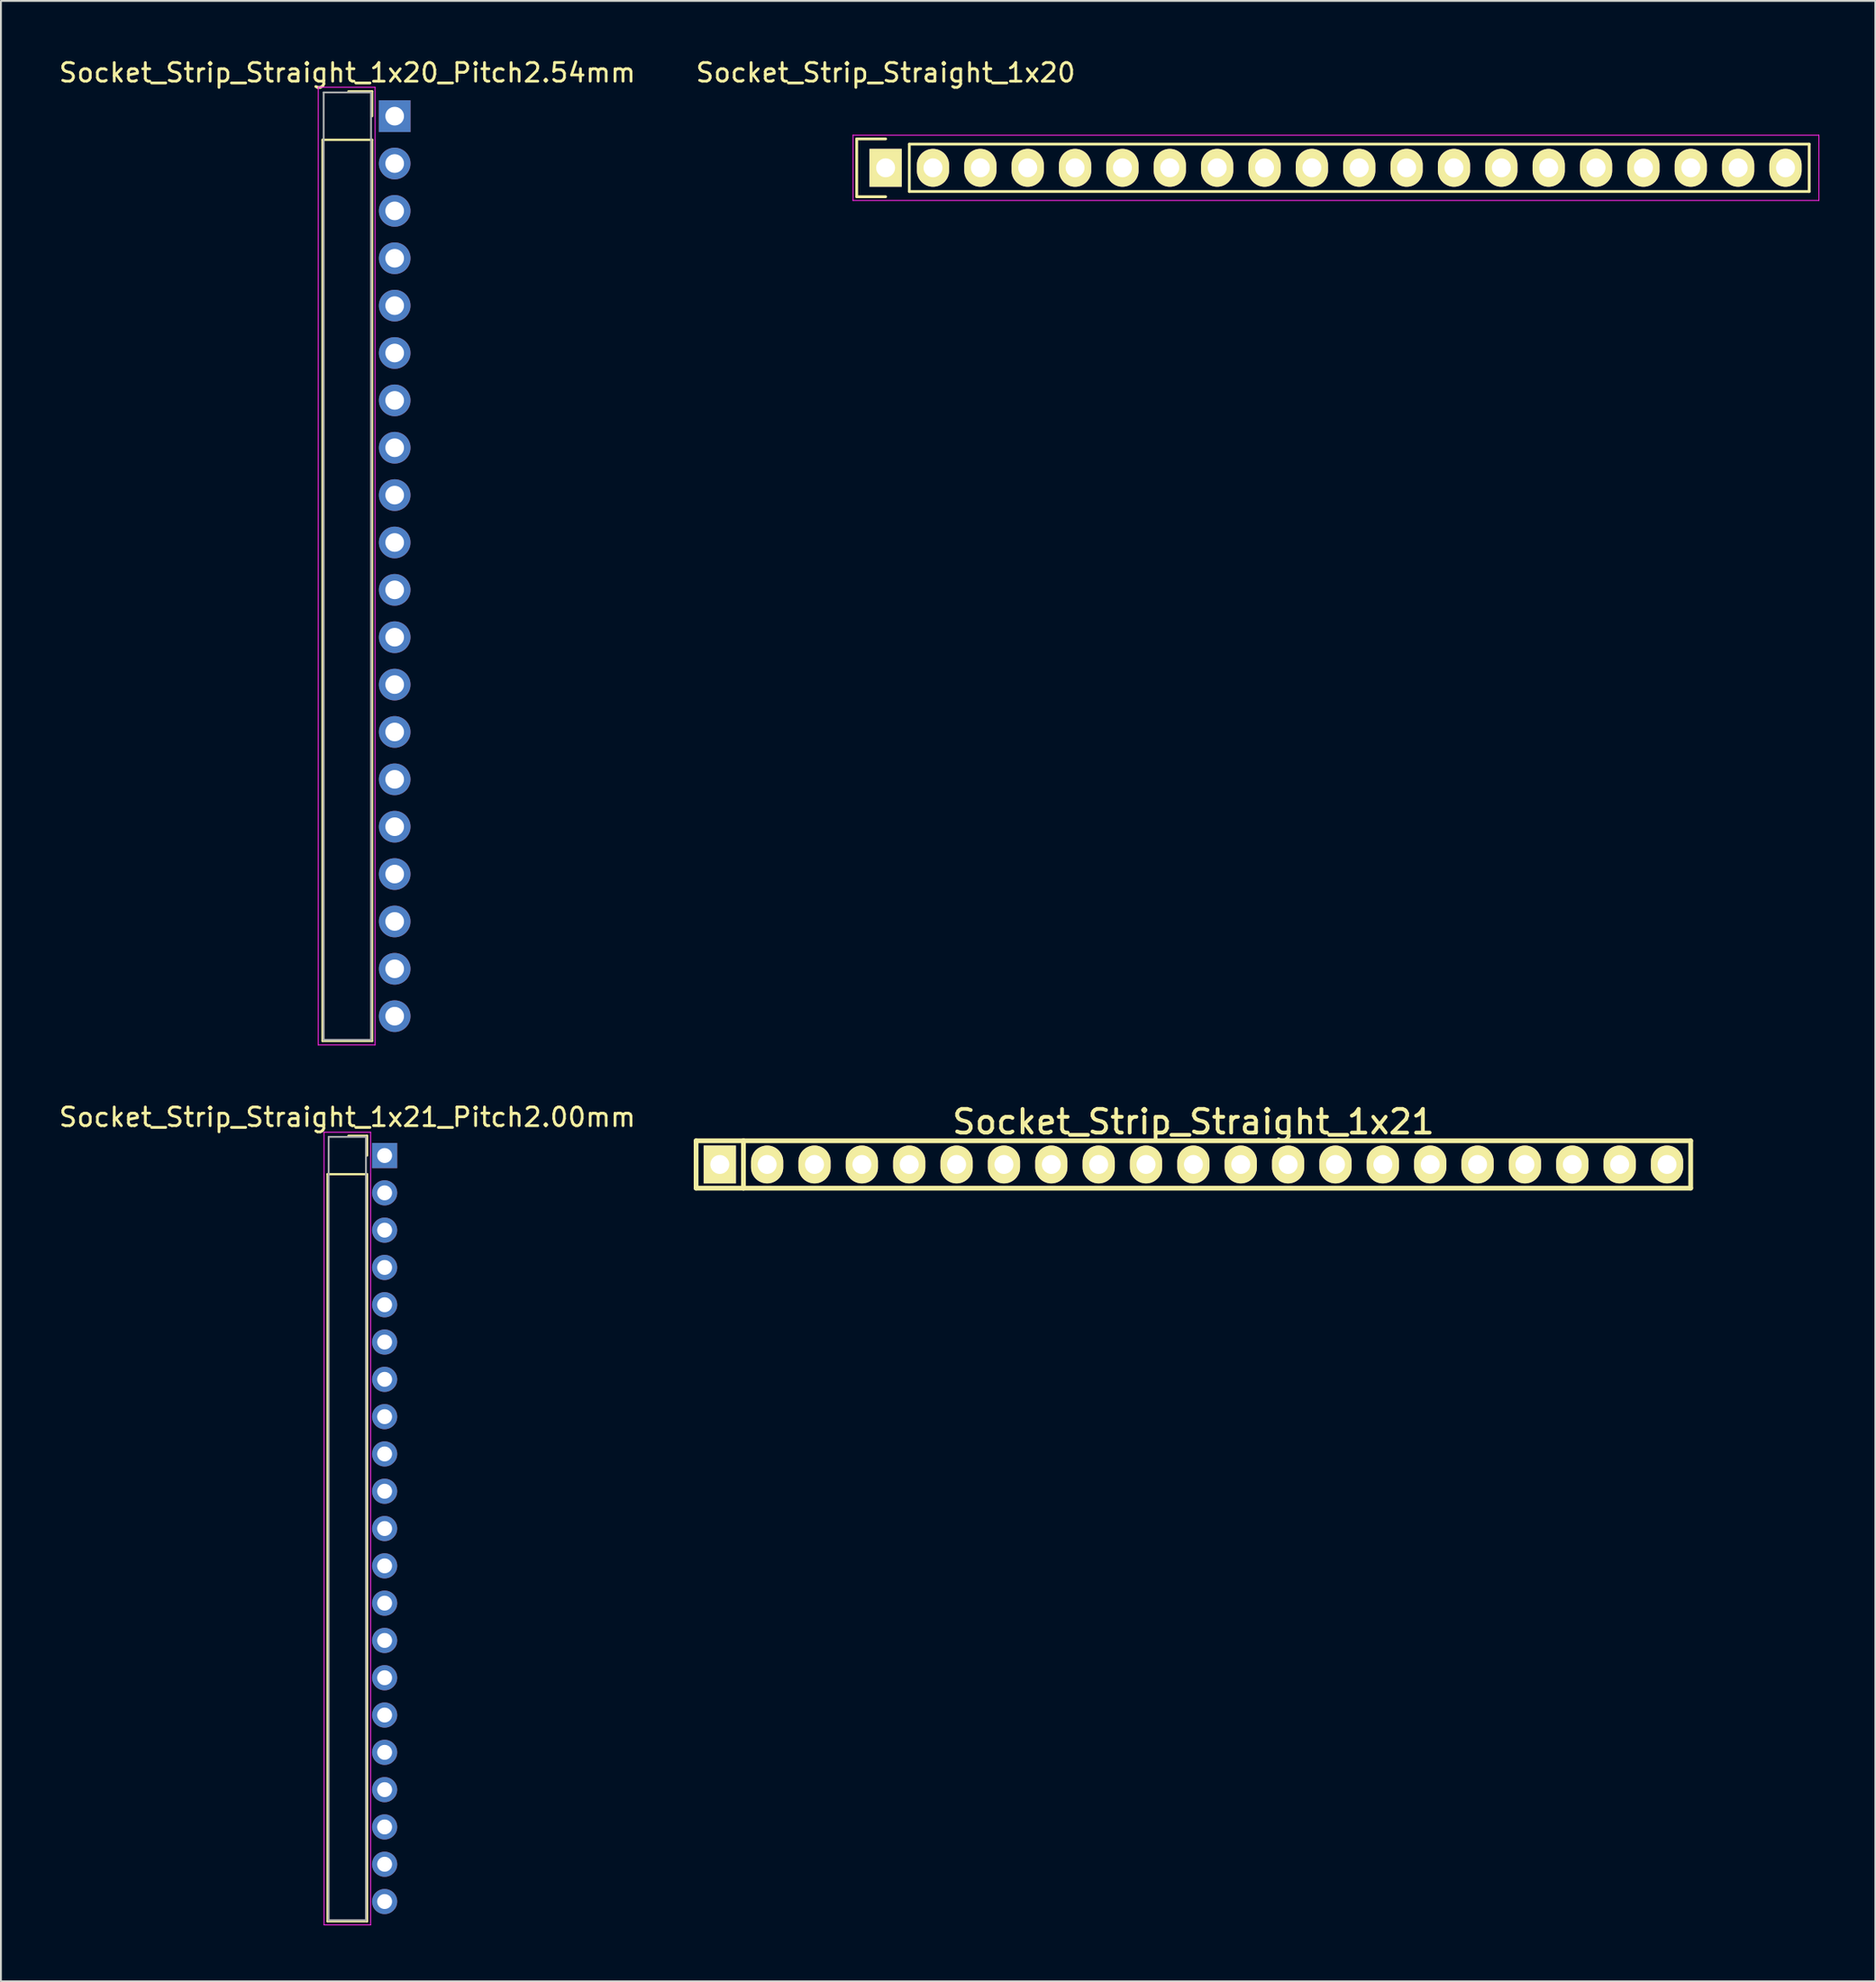
<source format=kicad_pcb>
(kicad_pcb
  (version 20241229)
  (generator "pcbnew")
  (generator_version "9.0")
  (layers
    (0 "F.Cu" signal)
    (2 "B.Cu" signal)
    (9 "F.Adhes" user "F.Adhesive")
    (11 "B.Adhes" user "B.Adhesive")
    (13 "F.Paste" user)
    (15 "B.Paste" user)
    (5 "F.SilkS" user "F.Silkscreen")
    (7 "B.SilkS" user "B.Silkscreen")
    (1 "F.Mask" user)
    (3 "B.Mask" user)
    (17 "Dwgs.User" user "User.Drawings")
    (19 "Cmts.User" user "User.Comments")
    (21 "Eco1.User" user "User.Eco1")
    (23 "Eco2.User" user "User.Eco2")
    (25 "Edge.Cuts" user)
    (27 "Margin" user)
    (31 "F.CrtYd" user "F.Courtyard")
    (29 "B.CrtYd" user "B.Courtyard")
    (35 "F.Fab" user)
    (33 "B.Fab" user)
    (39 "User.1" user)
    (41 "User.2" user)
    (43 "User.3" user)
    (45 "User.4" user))
  (footprint "Socket_Strip_Straight_1x20_Pitch2.54mm"
    (layer "F.Cu")
    (at 18.117 3.178)
    (property "Reference" "Socket_Strip_Straight_1x20_Pitch2.54mm" (at -2.54 -2.33 0) (layer "F.SilkS") (effects (font (size 1 1) (thickness 0.15))))
    (attr through_hole)
    (fp_line (start -3.87 1.27) (end -3.87 49.59) (stroke (width 0.12) (type solid)) (layer "F.SilkS"))
    (fp_line (start -3.87 49.59) (end -1.21 49.59) (stroke (width 0.12) (type solid)) (layer "F.SilkS"))
    (fp_line (start -1.21 -1.33) (end -2.48 -1.33) (stroke (width 0.12) (type solid)) (layer "F.SilkS"))
    (fp_line (start -1.21 0) (end -1.21 -1.33) (stroke (width 0.12) (type solid)) (layer "F.SilkS"))
    (fp_line (start -1.21 1.27) (end -3.87 1.27) (stroke (width 0.12) (type solid)) (layer "F.SilkS"))
    (fp_line (start -1.21 49.59) (end -1.21 1.27) (stroke (width 0.12) (type solid)) (layer "F.SilkS"))
    (fp_line (start -4.1 -1.55) (end -4.1 49.8) (stroke (width 0.05) (type solid)) (layer "F.CrtYd"))
    (fp_line (start -4.1 49.8) (end -1.05 49.8) (stroke (width 0.05) (type solid)) (layer "F.CrtYd"))
    (fp_line (start -1.05 -1.55) (end -4.1 -1.55) (stroke (width 0.05) (type solid)) (layer "F.CrtYd"))
    (fp_line (start -1.05 49.8) (end -1.05 -1.55) (stroke (width 0.05) (type solid)) (layer "F.CrtYd"))
    (fp_line (start -3.81 -1.27) (end -3.81 49.53) (stroke (width 0.1) (type solid)) (layer "F.Fab"))
    (fp_line (start -3.81 49.53) (end -1.27 49.53) (stroke (width 0.1) (type solid)) (layer "F.Fab"))
    (fp_line (start -1.27 -1.27) (end -3.81 -1.27) (stroke (width 0.1) (type solid)) (layer "F.Fab"))
    (fp_line (start -1.27 49.53) (end -1.27 -1.27) (stroke (width 0.1) (type solid)) (layer "F.Fab"))
    (pad "1" thru_hole rect (at 0 0) (size 1.7 1.7) (drill 1) (layers "*.Cu" "*.Mask"))
    (pad "2" thru_hole oval (at 0 2.54) (size 1.7 1.7) (drill 1) (layers "*.Cu" "*.Mask"))
    (pad "3" thru_hole oval (at 0 5.08) (size 1.7 1.7) (drill 1) (layers "*.Cu" "*.Mask"))
    (pad "4" thru_hole oval (at 0 7.62) (size 1.7 1.7) (drill 1) (layers "*.Cu" "*.Mask"))
    (pad "5" thru_hole oval (at 0 10.16) (size 1.7 1.7) (drill 1) (layers "*.Cu" "*.Mask"))
    (pad "6" thru_hole oval (at 0 12.7) (size 1.7 1.7) (drill 1) (layers "*.Cu" "*.Mask"))
    (pad "7" thru_hole oval (at 0 15.24) (size 1.7 1.7) (drill 1) (layers "*.Cu" "*.Mask"))
    (pad "8" thru_hole oval (at 0 17.78) (size 1.7 1.7) (drill 1) (layers "*.Cu" "*.Mask"))
    (pad "9" thru_hole oval (at 0 20.32) (size 1.7 1.7) (drill 1) (layers "*.Cu" "*.Mask"))
    (pad "10" thru_hole oval (at 0 22.86) (size 1.7 1.7) (drill 1) (layers "*.Cu" "*.Mask"))
    (pad "11" thru_hole oval (at 0 25.4) (size 1.7 1.7) (drill 1) (layers "*.Cu" "*.Mask"))
    (pad "12" thru_hole oval (at 0 27.94) (size 1.7 1.7) (drill 1) (layers "*.Cu" "*.Mask"))
    (pad "13" thru_hole oval (at 0 30.48) (size 1.7 1.7) (drill 1) (layers "*.Cu" "*.Mask"))
    (pad "14" thru_hole oval (at 0 33.02) (size 1.7 1.7) (drill 1) (layers "*.Cu" "*.Mask"))
    (pad "15" thru_hole oval (at 0 35.56) (size 1.7 1.7) (drill 1) (layers "*.Cu" "*.Mask"))
    (pad "16" thru_hole oval (at 0 38.1) (size 1.7 1.7) (drill 1) (layers "*.Cu" "*.Mask"))
    (pad "17" thru_hole oval (at 0 40.64) (size 1.7 1.7) (drill 1) (layers "*.Cu" "*.Mask"))
    (pad "18" thru_hole oval (at 0 43.18) (size 1.7 1.7) (drill 1) (layers "*.Cu" "*.Mask"))
    (pad "19" thru_hole oval (at 0 45.72) (size 1.7 1.7) (drill 1) (layers "*.Cu" "*.Mask"))
    (pad "20" thru_hole oval (at 0 48.26) (size 1.7 1.7) (drill 1) (layers "*.Cu" "*.Mask")))
  (footprint "Socket_Strip_Straight_1x20"
    (layer "F.Cu")
    (at 44.446 5.948)
    (property "Reference" "Socket_Strip_Straight_1x20" (at 0 -5.1 0) (layer "F.SilkS") (effects (font (size 1 1) (thickness 0.15))))
    (attr through_hole)
    (fp_line (start -1.55 -1.55) (end -1.55 1.55) (stroke (width 0.15) (type solid)) (layer "F.SilkS"))
    (fp_line (start -1.55 1.55) (end 0 1.55) (stroke (width 0.15) (type solid)) (layer "F.SilkS"))
    (fp_line (start 0 -1.55) (end -1.55 -1.55) (stroke (width 0.15) (type solid)) (layer "F.SilkS"))
    (fp_line (start 1.27 1.27) (end 1.27 -1.27) (stroke (width 0.15) (type solid)) (layer "F.SilkS"))
    (fp_line (start 1.27 1.27) (end 49.53 1.27) (stroke (width 0.15) (type solid)) (layer "F.SilkS"))
    (fp_line (start 49.53 -1.27) (end 1.27 -1.27) (stroke (width 0.15) (type solid)) (layer "F.SilkS"))
    (fp_line (start 49.53 1.27) (end 49.53 -1.27) (stroke (width 0.15) (type solid)) (layer "F.SilkS"))
    (fp_line (start -1.75 -1.75) (end -1.75 1.75) (stroke (width 0.05) (type solid)) (layer "F.CrtYd"))
    (fp_line (start -1.75 -1.75) (end 50.05 -1.75) (stroke (width 0.05) (type solid)) (layer "F.CrtYd"))
    (fp_line (start -1.75 1.75) (end 50.05 1.75) (stroke (width 0.05) (type solid)) (layer "F.CrtYd"))
    (fp_line (start 50.05 -1.75) (end 50.05 1.75) (stroke (width 0.05) (type solid)) (layer "F.CrtYd"))
    (pad "1" thru_hole rect (at 0 0) (size 1.727 2.032) (drill 1.016) (layers "*.Cu" "*.Mask" "F.SilkS"))
    (pad "2" thru_hole oval (at 2.54 0) (size 1.727 2.032) (drill 1.016) (layers "*.Cu" "*.Mask" "F.SilkS"))
    (pad "3" thru_hole oval (at 5.08 0) (size 1.727 2.032) (drill 1.016) (layers "*.Cu" "*.Mask" "F.SilkS"))
    (pad "4" thru_hole oval (at 7.62 0) (size 1.727 2.032) (drill 1.016) (layers "*.Cu" "*.Mask" "F.SilkS"))
    (pad "5" thru_hole oval (at 10.16 0) (size 1.727 2.032) (drill 1.016) (layers "*.Cu" "*.Mask" "F.SilkS"))
    (pad "6" thru_hole oval (at 12.7 0) (size 1.727 2.032) (drill 1.016) (layers "*.Cu" "*.Mask" "F.SilkS"))
    (pad "7" thru_hole oval (at 15.24 0) (size 1.727 2.032) (drill 1.016) (layers "*.Cu" "*.Mask" "F.SilkS"))
    (pad "8" thru_hole oval (at 17.78 0) (size 1.727 2.032) (drill 1.016) (layers "*.Cu" "*.Mask" "F.SilkS"))
    (pad "9" thru_hole oval (at 20.32 0) (size 1.727 2.032) (drill 1.016) (layers "*.Cu" "*.Mask" "F.SilkS"))
    (pad "10" thru_hole oval (at 22.86 0) (size 1.727 2.032) (drill 1.016) (layers "*.Cu" "*.Mask" "F.SilkS"))
    (pad "11" thru_hole oval (at 25.4 0) (size 1.727 2.032) (drill 1.016) (layers "*.Cu" "*.Mask" "F.SilkS"))
    (pad "12" thru_hole oval (at 27.94 0) (size 1.727 2.032) (drill 1.016) (layers "*.Cu" "*.Mask" "F.SilkS"))
    (pad "13" thru_hole oval (at 30.48 0) (size 1.727 2.032) (drill 1.016) (layers "*.Cu" "*.Mask" "F.SilkS"))
    (pad "14" thru_hole oval (at 33.02 0) (size 1.727 2.032) (drill 1.016) (layers "*.Cu" "*.Mask" "F.SilkS"))
    (pad "15" thru_hole oval (at 35.56 0) (size 1.727 2.032) (drill 1.016) (layers "*.Cu" "*.Mask" "F.SilkS"))
    (pad "16" thru_hole oval (at 38.1 0) (size 1.727 2.032) (drill 1.016) (layers "*.Cu" "*.Mask" "F.SilkS"))
    (pad "17" thru_hole oval (at 40.64 0) (size 1.727 2.032) (drill 1.016) (layers "*.Cu" "*.Mask" "F.SilkS"))
    (pad "18" thru_hole oval (at 43.18 0) (size 1.727 2.032) (drill 1.016) (layers "*.Cu" "*.Mask" "F.SilkS"))
    (pad "19" thru_hole oval (at 45.72 0) (size 1.727 2.032) (drill 1.016) (layers "*.Cu" "*.Mask" "F.SilkS"))
    (pad "20" thru_hole oval (at 48.26 0) (size 1.727 2.032) (drill 1.016) (layers "*.Cu" "*.Mask" "F.SilkS")))
  (footprint "Socket_Strip_Straight_1x21"
    (layer "F.Cu")
    (at 60.952 59.389)
    (property "Reference" "Socket_Strip_Straight_1x21" (at 0 -2.286 0) (layer "F.SilkS") (effects (font (size 1.27 1.27) (thickness 0.203))))
    (attr through_hole)
    (fp_line (start -26.67 -1.27) (end -26.67 1.27) (stroke (width 0.254) (type solid)) (layer "F.SilkS"))
    (fp_line (start -26.67 -1.27) (end -24.13 -1.27) (stroke (width 0.254) (type solid)) (layer "F.SilkS"))
    (fp_line (start -26.67 1.27) (end -24.13 1.27) (stroke (width 0.254) (type solid)) (layer "F.SilkS"))
    (fp_line (start -24.13 -1.27) (end -24.13 1.27) (stroke (width 0.254) (type solid)) (layer "F.SilkS"))
    (fp_line (start -24.13 -1.27) (end 26.67 -1.27) (stroke (width 0.254) (type solid)) (layer "F.SilkS"))
    (fp_line (start 26.67 -1.27) (end 26.67 1.27) (stroke (width 0.254) (type solid)) (layer "F.SilkS"))
    (fp_line (start 26.67 1.27) (end -24.13 1.27) (stroke (width 0.254) (type solid)) (layer "F.SilkS"))
    (pad "1" thru_hole rect (at -25.4 0) (size 1.727 2.032) (drill 1.016) (layers "*.Cu" "*.Mask" "F.SilkS"))
    (pad "2" thru_hole oval (at -22.86 0) (size 1.727 2.032) (drill 1.016) (layers "*.Cu" "*.Mask" "F.SilkS"))
    (pad "3" thru_hole oval (at -20.32 0) (size 1.727 2.032) (drill 1.016) (layers "*.Cu" "*.Mask" "F.SilkS"))
    (pad "4" thru_hole oval (at -17.78 0) (size 1.727 2.032) (drill 1.016) (layers "*.Cu" "*.Mask" "F.SilkS"))
    (pad "5" thru_hole oval (at -15.24 0) (size 1.727 2.032) (drill 1.016) (layers "*.Cu" "*.Mask" "F.SilkS"))
    (pad "6" thru_hole oval (at -12.7 0) (size 1.727 2.032) (drill 1.016) (layers "*.Cu" "*.Mask" "F.SilkS"))
    (pad "7" thru_hole oval (at -10.16 0) (size 1.727 2.032) (drill 1.016) (layers "*.Cu" "*.Mask" "F.SilkS"))
    (pad "8" thru_hole oval (at -7.62 0) (size 1.727 2.032) (drill 1.016) (layers "*.Cu" "*.Mask" "F.SilkS"))
    (pad "9" thru_hole oval (at -5.08 0) (size 1.727 2.032) (drill 1.016) (layers "*.Cu" "*.Mask" "F.SilkS"))
    (pad "10" thru_hole oval (at -2.54 0) (size 1.727 2.032) (drill 1.016) (layers "*.Cu" "*.Mask" "F.SilkS"))
    (pad "11" thru_hole oval (at 0 0) (size 1.727 2.032) (drill 1.016) (layers "*.Cu" "*.Mask" "F.SilkS"))
    (pad "12" thru_hole oval (at 2.54 0) (size 1.727 2.032) (drill 1.016) (layers "*.Cu" "*.Mask" "F.SilkS"))
    (pad "13" thru_hole oval (at 5.08 0) (size 1.727 2.032) (drill 1.016) (layers "*.Cu" "*.Mask" "F.SilkS"))
    (pad "14" thru_hole oval (at 7.62 0) (size 1.727 2.032) (drill 1.016) (layers "*.Cu" "*.Mask" "F.SilkS"))
    (pad "15" thru_hole oval (at 10.16 0) (size 1.727 2.032) (drill 1.016) (layers "*.Cu" "*.Mask" "F.SilkS"))
    (pad "16" thru_hole oval (at 12.7 0) (size 1.727 2.032) (drill 1.016) (layers "*.Cu" "*.Mask" "F.SilkS"))
    (pad "17" thru_hole oval (at 15.24 0) (size 1.727 2.032) (drill 1.016) (layers "*.Cu" "*.Mask" "F.SilkS"))
    (pad "18" thru_hole oval (at 17.78 0) (size 1.727 2.032) (drill 1.016) (layers "*.Cu" "*.Mask" "F.SilkS"))
    (pad "19" thru_hole oval (at 20.32 0) (size 1.727 2.032) (drill 1.016) (layers "*.Cu" "*.Mask" "F.SilkS"))
    (pad "20" thru_hole oval (at 22.86 0) (size 1.727 2.032) (drill 1.016) (layers "*.Cu" "*.Mask" "F.SilkS"))
    (pad "21" thru_hole oval (at 25.4 0) (size 1.727 2.032) (drill 1.016) (layers "*.Cu" "*.Mask" "F.SilkS")))
  (footprint "Socket_Strip_Straight_1x21_Pitch2.00mm"
    (layer "F.Cu")
    (at 17.577 58.911)
    (property "Reference" "Socket_Strip_Straight_1x21_Pitch2.00mm" (at -2 -2.06 0) (layer "F.SilkS") (effects (font (size 1 1) (thickness 0.15))))
    (attr through_hole)
    (fp_line (start -3.06 1) (end -3.06 41.06) (stroke (width 0.12) (type solid)) (layer "F.SilkS"))
    (fp_line (start -3.06 41.06) (end -0.94 41.06) (stroke (width 0.12) (type solid)) (layer "F.SilkS"))
    (fp_line (start -0.94 -1.06) (end -1.94 -1.06) (stroke (width 0.12) (type solid)) (layer "F.SilkS"))
    (fp_line (start -0.94 0) (end -0.94 -1.06) (stroke (width 0.12) (type solid)) (layer "F.SilkS"))
    (fp_line (start -0.94 1) (end -3.06 1) (stroke (width 0.12) (type solid)) (layer "F.SilkS"))
    (fp_line (start -0.94 41.06) (end -0.94 1) (stroke (width 0.12) (type solid)) (layer "F.SilkS"))
    (fp_line (start -3.25 -1.25) (end -3.25 41.25) (stroke (width 0.05) (type solid)) (layer "F.CrtYd"))
    (fp_line (start -3.25 41.25) (end -0.75 41.25) (stroke (width 0.05) (type solid)) (layer "F.CrtYd"))
    (fp_line (start -0.75 -1.25) (end -3.25 -1.25) (stroke (width 0.05) (type solid)) (layer "F.CrtYd"))
    (fp_line (start -0.75 41.25) (end -0.75 -1.25) (stroke (width 0.05) (type solid)) (layer "F.CrtYd"))
    (fp_line (start -3 -1) (end -3 41) (stroke (width 0.1) (type solid)) (layer "F.Fab"))
    (fp_line (start -3 41) (end -1 41) (stroke (width 0.1) (type solid)) (layer "F.Fab"))
    (fp_line (start -1 -1) (end -3 -1) (stroke (width 0.1) (type solid)) (layer "F.Fab"))
    (fp_line (start -1 41) (end -1 -1) (stroke (width 0.1) (type solid)) (layer "F.Fab"))
    (pad "1" thru_hole rect (at 0 0) (size 1.35 1.35) (drill 0.8) (layers "*.Cu" "*.Mask"))
    (pad "2" thru_hole oval (at 0 2) (size 1.35 1.35) (drill 0.8) (layers "*.Cu" "*.Mask"))
    (pad "3" thru_hole oval (at 0 4) (size 1.35 1.35) (drill 0.8) (layers "*.Cu" "*.Mask"))
    (pad "4" thru_hole oval (at 0 6) (size 1.35 1.35) (drill 0.8) (layers "*.Cu" "*.Mask"))
    (pad "5" thru_hole oval (at 0 8) (size 1.35 1.35) (drill 0.8) (layers "*.Cu" "*.Mask"))
    (pad "6" thru_hole oval (at 0 10) (size 1.35 1.35) (drill 0.8) (layers "*.Cu" "*.Mask"))
    (pad "7" thru_hole oval (at 0 12) (size 1.35 1.35) (drill 0.8) (layers "*.Cu" "*.Mask"))
    (pad "8" thru_hole oval (at 0 14) (size 1.35 1.35) (drill 0.8) (layers "*.Cu" "*.Mask"))
    (pad "9" thru_hole oval (at 0 16) (size 1.35 1.35) (drill 0.8) (layers "*.Cu" "*.Mask"))
    (pad "10" thru_hole oval (at 0 18) (size 1.35 1.35) (drill 0.8) (layers "*.Cu" "*.Mask"))
    (pad "11" thru_hole oval (at 0 20) (size 1.35 1.35) (drill 0.8) (layers "*.Cu" "*.Mask"))
    (pad "12" thru_hole oval (at 0 22) (size 1.35 1.35) (drill 0.8) (layers "*.Cu" "*.Mask"))
    (pad "13" thru_hole oval (at 0 24) (size 1.35 1.35) (drill 0.8) (layers "*.Cu" "*.Mask"))
    (pad "14" thru_hole oval (at 0 26) (size 1.35 1.35) (drill 0.8) (layers "*.Cu" "*.Mask"))
    (pad "15" thru_hole oval (at 0 28) (size 1.35 1.35) (drill 0.8) (layers "*.Cu" "*.Mask"))
    (pad "16" thru_hole oval (at 0 30) (size 1.35 1.35) (drill 0.8) (layers "*.Cu" "*.Mask"))
    (pad "17" thru_hole oval (at 0 32) (size 1.35 1.35) (drill 0.8) (layers "*.Cu" "*.Mask"))
    (pad "18" thru_hole oval (at 0 34) (size 1.35 1.35) (drill 0.8) (layers "*.Cu" "*.Mask"))
    (pad "19" thru_hole oval (at 0 36) (size 1.35 1.35) (drill 0.8) (layers "*.Cu" "*.Mask"))
    (pad "20" thru_hole oval (at 0 38) (size 1.35 1.35) (drill 0.8) (layers "*.Cu" "*.Mask"))
    (pad "21" thru_hole oval (at 0 40) (size 1.35 1.35) (drill 0.8) (layers "*.Cu" "*.Mask")))
  (gr_rect
    (start -3 -3)
    (end 97.521 103.186)
    (stroke (width 0.1) (type default))
    (fill no)
    (layer "Edge.Cuts")))
</source>
